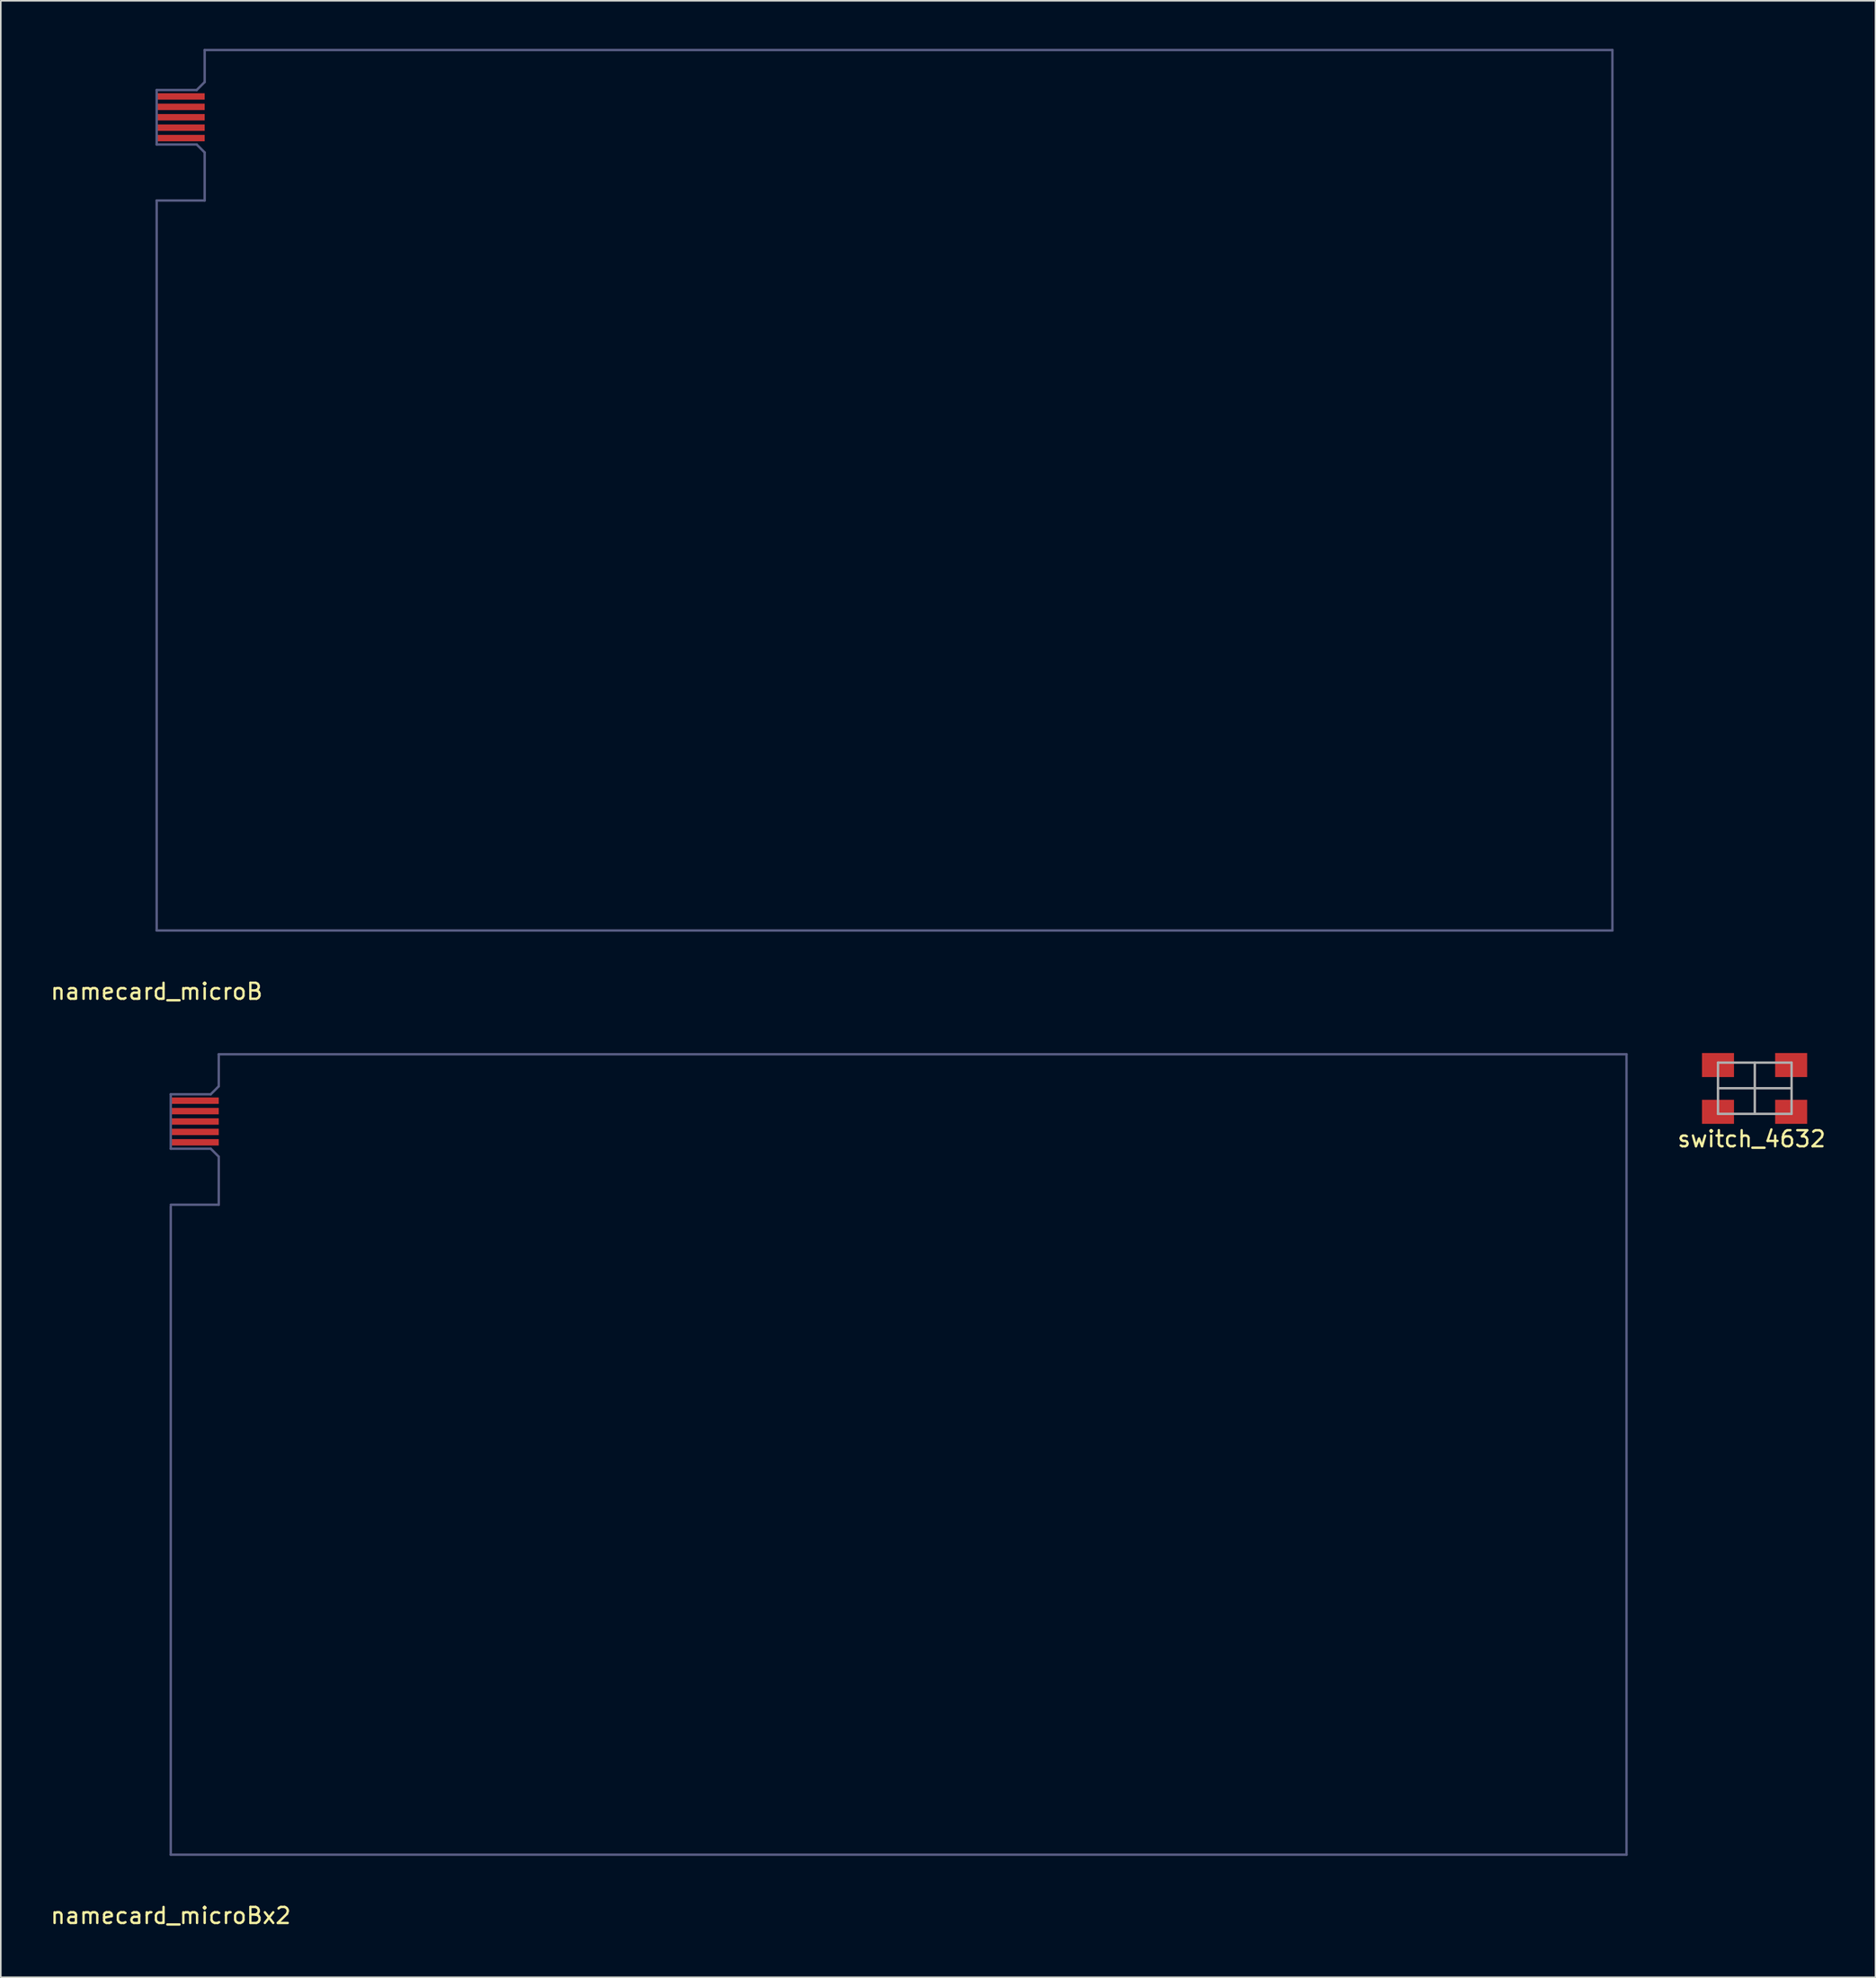
<source format=kicad_pcb>
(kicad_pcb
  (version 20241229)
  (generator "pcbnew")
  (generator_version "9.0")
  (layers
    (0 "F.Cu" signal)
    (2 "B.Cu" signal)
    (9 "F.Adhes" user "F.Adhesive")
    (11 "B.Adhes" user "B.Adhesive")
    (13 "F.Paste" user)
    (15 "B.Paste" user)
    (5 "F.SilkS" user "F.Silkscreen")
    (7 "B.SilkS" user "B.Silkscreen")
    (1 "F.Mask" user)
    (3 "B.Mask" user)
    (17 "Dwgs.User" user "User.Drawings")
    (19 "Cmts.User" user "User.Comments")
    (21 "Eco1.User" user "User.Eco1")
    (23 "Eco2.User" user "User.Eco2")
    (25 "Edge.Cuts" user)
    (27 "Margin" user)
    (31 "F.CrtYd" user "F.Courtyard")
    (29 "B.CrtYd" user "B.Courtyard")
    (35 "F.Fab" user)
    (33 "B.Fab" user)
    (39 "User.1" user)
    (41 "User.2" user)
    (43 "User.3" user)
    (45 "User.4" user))
  (footprint "namecard_microBx2"
    (layer "F.Cu")
    (at 7.625 112.808)
    (property "Reference" "namecard_microBx2" (at 0 3.81 0) (layer "F.SilkS") (effects (font (size 1 1) (thickness 0.15))))
    (attr through_hole)
    (fp_line (start 0 -47.5) (end 2.5 -47.5) (stroke (width 0.15) (type solid)) (layer "B.Fab"))
    (fp_line (start 0 -44.1) (end 0 -47.5) (stroke (width 0.15) (type solid)) (layer "B.Fab"))
    (fp_line (start 0 -40.5) (end 0 0) (stroke (width 0.15) (type solid)) (layer "B.Fab"))
    (fp_line (start 0 0) (end 91 0) (stroke (width 0.15) (type solid)) (layer "B.Fab"))
    (fp_line (start 2.5 -47.5) (end 3 -48) (stroke (width 0.15) (type solid)) (layer "B.Fab"))
    (fp_line (start 2.5 -44.1) (end 0 -44.1) (stroke (width 0.15) (type solid)) (layer "B.Fab"))
    (fp_line (start 3 -50) (end 91 -50) (stroke (width 0.15) (type solid)) (layer "B.Fab"))
    (fp_line (start 3 -48) (end 3 -50) (stroke (width 0.15) (type solid)) (layer "B.Fab"))
    (fp_line (start 3 -43.6) (end 2.5 -44.1) (stroke (width 0.15) (type solid)) (layer "B.Fab"))
    (fp_line (start 3 -43.6) (end 3 -40.6) (stroke (width 0.15) (type solid)) (layer "B.Fab"))
    (fp_line (start 3 -40.6) (end 0 -40.6) (stroke (width 0.15) (type solid)) (layer "B.Fab"))
    (fp_line (start 91 -50) (end 91 0) (stroke (width 0.15) (type solid)) (layer "B.Fab"))
    (pad "1" smd rect (at 1.5 -44.5 90) (size 0.4 3) (layers "F.Cu" "F.Mask" "F.Paste"))
    (pad "2" smd rect (at 1.5 -45.15 90) (size 0.4 3) (layers "F.Cu" "F.Mask" "F.Paste"))
    (pad "3" smd rect (at 1.5 -45.8 90) (size 0.4 3) (layers "F.Cu" "F.Mask" "F.Paste"))
    (pad "4" smd rect (at 1.5 -46.45 90) (size 0.4 3) (layers "F.Cu" "F.Mask" "F.Paste"))
    (pad "5" smd rect (at 1.5 -47.1 90) (size 0.4 3) (layers "F.Cu" "F.Mask" "F.Paste")))
  (footprint "namecard_microB"
    (layer "F.Cu")
    (at 6.744 55.075)
    (property "Reference" "namecard_microB" (at 0 3.81 0) (layer "F.SilkS") (effects (font (size 1 1) (thickness 0.15))))
    (attr through_hole)
    (fp_line (start 0 -52.5) (end 2.5 -52.5) (stroke (width 0.15) (type solid)) (layer "B.Fab"))
    (fp_line (start 0 -49.1) (end 0 -52.5) (stroke (width 0.15) (type solid)) (layer "B.Fab"))
    (fp_line (start 0 -45.6) (end 0 0) (stroke (width 0.15) (type solid)) (layer "B.Fab"))
    (fp_line (start 0 0) (end 91 0) (stroke (width 0.15) (type solid)) (layer "B.Fab"))
    (fp_line (start 2.5 -52.5) (end 3 -53) (stroke (width 0.15) (type solid)) (layer "B.Fab"))
    (fp_line (start 2.5 -49.1) (end 0 -49.1) (stroke (width 0.15) (type solid)) (layer "B.Fab"))
    (fp_line (start 3 -55) (end 91 -55) (stroke (width 0.15) (type solid)) (layer "B.Fab"))
    (fp_line (start 3 -53) (end 3 -55) (stroke (width 0.15) (type solid)) (layer "B.Fab"))
    (fp_line (start 3 -48.6) (end 2.5 -49.1) (stroke (width 0.15) (type solid)) (layer "B.Fab"))
    (fp_line (start 3 -48.6) (end 3 -45.6) (stroke (width 0.15) (type solid)) (layer "B.Fab"))
    (fp_line (start 3 -45.6) (end 0 -45.6) (stroke (width 0.15) (type solid)) (layer "B.Fab"))
    (fp_line (start 91 0) (end 91 -55) (stroke (width 0.15) (type solid)) (layer "B.Fab"))
    (pad "1" smd rect (at 1.5 -49.5 90) (size 0.4 3) (layers "F.Cu" "F.Mask" "F.Paste"))
    (pad "2" smd rect (at 1.5 -50.15 90) (size 0.4 3) (layers "F.Cu" "F.Mask" "F.Paste"))
    (pad "3" smd rect (at 1.5 -50.8 90) (size 0.4 3) (layers "F.Cu" "F.Mask" "F.Paste"))
    (pad "4" smd rect (at 1.5 -51.45 90) (size 0.4 3) (layers "F.Cu" "F.Mask" "F.Paste"))
    (pad "5" smd rect (at 1.5 -52.1 90) (size 0.4 3) (layers "F.Cu" "F.Mask" "F.Paste")))
  (footprint "switch_4632"
    (layer "F.Cu")
    (at 106.504 66.912)
    (property "Reference" "switch_4632" (at -0.06 1.184 0) (layer "F.SilkS") (effects (font (size 1 1) (thickness 0.15))))
    (attr through_hole)
    (fp_line (start -2.159 -3.581) (end 2.441 -3.581) (stroke (width 0.15) (type solid)) (layer "F.Fab"))
    (fp_line (start -2.159 -1.981) (end 2.441 -1.981) (stroke (width 0.15) (type solid)) (layer "F.Fab"))
    (fp_line (start -2.159 -0.381) (end -2.159 -3.581) (stroke (width 0.15) (type solid)) (layer "F.Fab"))
    (fp_line (start 0.141 -3.581) (end 0.141 -0.381) (stroke (width 0.15) (type solid)) (layer "F.Fab"))
    (fp_line (start 2.441 -3.581) (end 2.441 -0.381) (stroke (width 0.15) (type solid)) (layer "F.Fab"))
    (fp_line (start 2.441 -0.381) (end -2.159 -0.381) (stroke (width 0.15) (type solid)) (layer "F.Fab"))
    (pad "1" smd rect (at -2.159 -3.429) (size 2 1.5) (layers "F.Cu" "F.Mask" "F.Paste"))
    (pad "1" smd rect (at 2.413 -3.429) (size 2 1.5) (layers "F.Cu" "F.Mask" "F.Paste"))
    (pad "2" smd rect (at -2.159 -0.508) (size 2 1.5) (layers "F.Cu" "F.Mask" "F.Paste"))
    (pad "2" smd rect (at 2.413 -0.508) (size 2 1.5) (layers "F.Cu" "F.Mask" "F.Paste")))
  (gr_rect
    (start -3 -3)
    (end 114.188 120.466)
    (stroke (width 0.1) (type default))
    (fill no)
    (layer "Edge.Cuts")))
</source>
